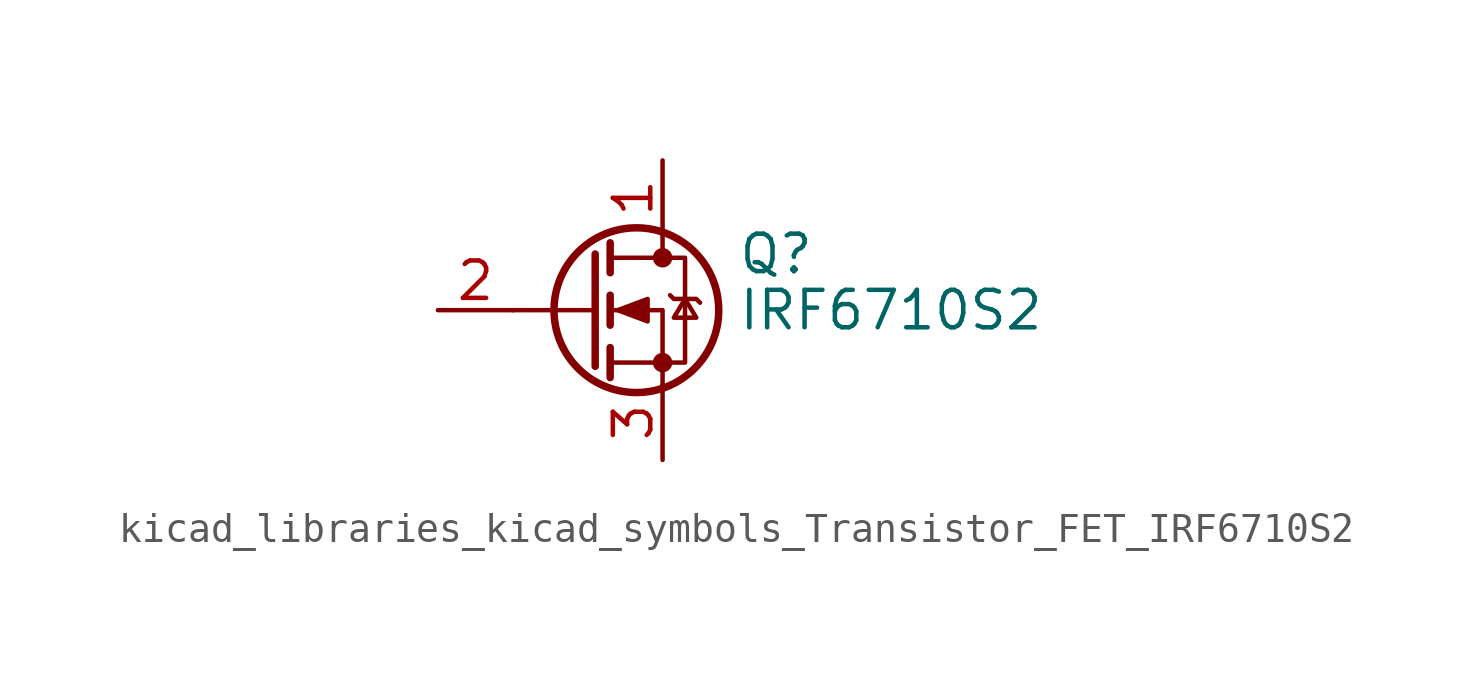
<source format=kicad_sym>
(kicad_symbol_lib
  (version 20220914)
  (generator kicad_symbol_editor)
  (symbol "kicad_libraries_kicad_symbols_Transistor_FET_IRF6710S2"
    (pin_names hide)
    (property "Reference" "Q"
      (at 5.08 1.905 0)
      (effects (font (size 1.27 1.27)) (justify left)))
    (property "Value" "IRF6710S2"
      (at 5.08 0 0)
      (effects (font (size 1.27 1.27)) (justify left)))
    (symbol "kicad_libraries_kicad_symbols_Transistor_FET_IRF6710S2_0_1"
      (polyline (pts (xy 0.254 0) (xy -2.54 0)) (stroke (width 0) (type default)) (fill (type none)))
      (polyline (pts (xy 0.254 1.905) (xy 0.254 -1.905)) (stroke (width 0.254) (type default)) (fill (type none)))
      (polyline (pts (xy 0.762 -1.27) (xy 0.762 -2.286)) (stroke (width 0.254) (type default)) (fill (type none)))
      (polyline (pts (xy 0.762 0.508) (xy 0.762 -0.508)) (stroke (width 0.254) (type default)) (fill (type none)))
      (polyline (pts (xy 0.762 2.286) (xy 0.762 1.27)) (stroke (width 0.254) (type default)) (fill (type none)))
      (polyline (pts (xy 2.54 2.54) (xy 2.54 1.778)) (stroke (width 0) (type default)) (fill (type none)))
      (polyline (pts (xy 2.54 -2.54) (xy 2.54 0) (xy 0.762 0)) (stroke (width 0) (type default)) (fill (type none)))
      (polyline (pts (xy 0.762 -1.778) (xy 3.302 -1.778) (xy 3.302 1.778) (xy 0.762 1.778)) (stroke (width 0) (type default)) (fill (type none)))
      (polyline (pts (xy 1.016 0) (xy 2.032 0.381) (xy 2.032 -0.381) (xy 1.016 0)) (stroke (width 0) (type default)) (fill (type outline)))
      (polyline (pts (xy 2.794 0.508) (xy 2.921 0.381) (xy 3.683 0.381) (xy 3.81 0.254)) (stroke (width 0) (type default)) (fill (type none)))
      (polyline (pts (xy 3.302 0.381) (xy 2.921 -0.254) (xy 3.683 -0.254) (xy 3.302 0.381)) (stroke (width 0) (type default)) (fill (type none)))
      (circle (center 1.651 0) (radius 2.794) (stroke (width 0.254) (type default)) (fill (type none)))
      (circle (center 2.54 -1.778) (radius 0.254) (stroke (width 0) (type default)) (fill (type outline)))
      (circle (center 2.54 1.778) (radius 0.254) (stroke (width 0) (type default)) (fill (type outline))))
    (symbol "kicad_libraries_kicad_symbols_Transistor_FET_IRF6710S2_1_1"
      (pin passive line (at 2.54 5.08 270) (length 2.54) (name "D" (effects (font (size 1.27 1.27)))) (number "1" (effects (font (size 1.27 1.27)))))
      (pin input line (at -5.08 0 0) (length 2.54) (name "G" (effects (font (size 1.27 1.27)))) (number "2" (effects (font (size 1.27 1.27)))))
      (pin passive line (at 2.54 -5.08 90) (length 2.54) (name "S" (effects (font (size 1.27 1.27)))) (number "3" (effects (font (size 1.27 1.27))))))))
</source>
